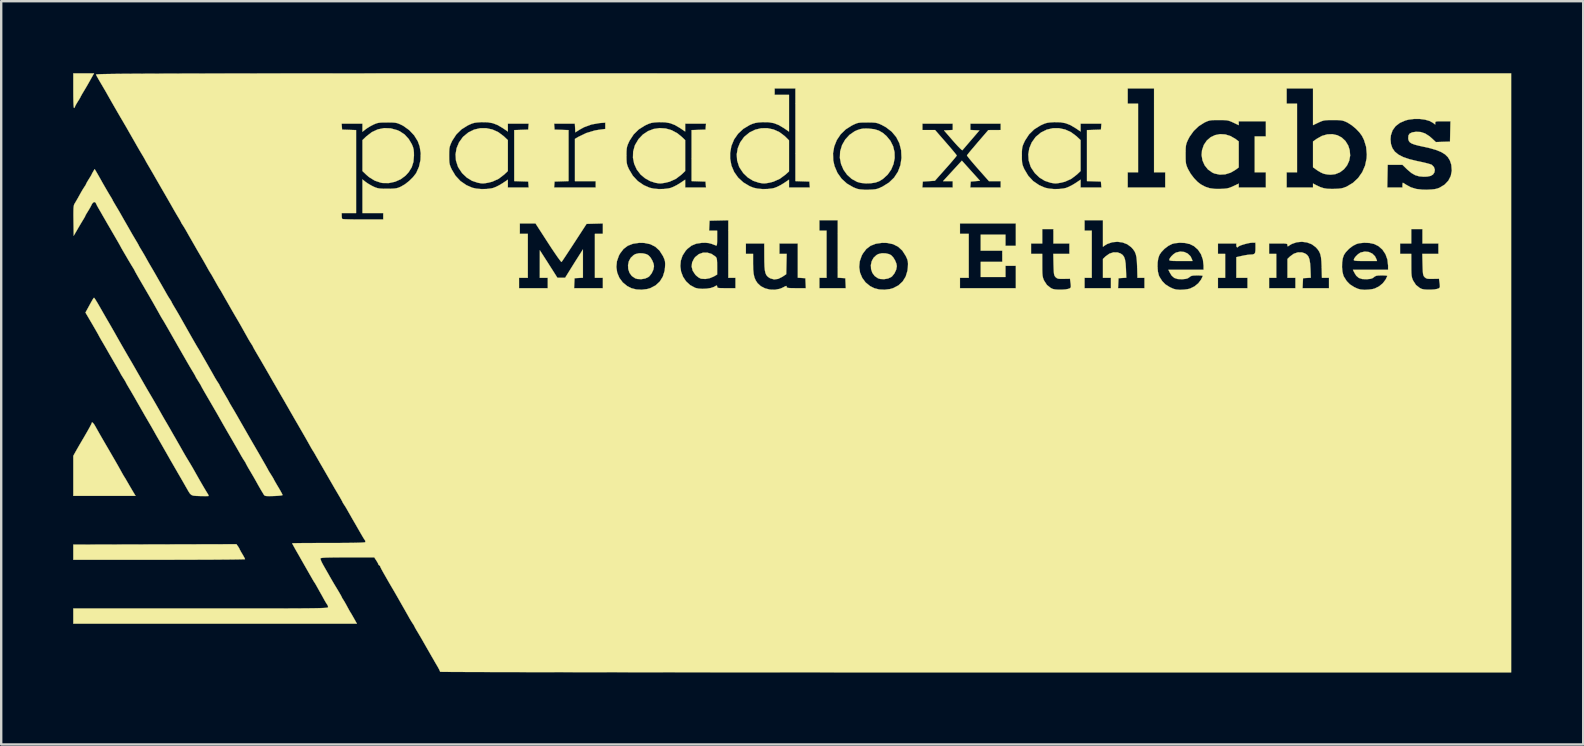
<source format=kicad_pcb>
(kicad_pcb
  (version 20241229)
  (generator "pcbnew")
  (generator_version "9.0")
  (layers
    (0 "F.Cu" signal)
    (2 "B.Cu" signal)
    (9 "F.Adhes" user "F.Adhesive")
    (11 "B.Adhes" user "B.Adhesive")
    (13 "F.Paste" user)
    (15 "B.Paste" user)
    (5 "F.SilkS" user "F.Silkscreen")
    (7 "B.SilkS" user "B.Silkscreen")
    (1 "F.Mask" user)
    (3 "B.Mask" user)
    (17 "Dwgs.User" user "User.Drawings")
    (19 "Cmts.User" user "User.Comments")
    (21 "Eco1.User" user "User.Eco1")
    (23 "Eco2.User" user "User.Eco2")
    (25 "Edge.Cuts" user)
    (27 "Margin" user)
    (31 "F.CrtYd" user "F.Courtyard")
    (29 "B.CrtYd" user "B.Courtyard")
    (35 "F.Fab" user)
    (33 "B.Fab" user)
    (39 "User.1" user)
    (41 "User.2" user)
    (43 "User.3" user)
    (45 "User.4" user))
  (footprint "logo modulo ethernet"
    (layer "F.Cu")
    (at 29.966 12.489)
    (property "Reference" "logo modulo ethernet" (at 0 0 0) (layer "F.SilkS") (effects (font (size 1.524 1.524) (thickness 0.3))))
    (attr through_hole)
    (fp_poly (pts (xy 16.338 -5.038) (xy 16.484 -4.971) (xy 16.599 -4.858) (xy 16.659 -4.735) (xy 16.683 -4.661) (xy 16.198 -4.661) (xy 16.004 -4.662) (xy 15.868 -4.665) (xy 15.78 -4.673) (xy 15.731 -4.685) (xy 15.714 -4.702) (xy 15.713 -4.708) (xy 15.738 -4.776) (xy 15.803 -4.861) (xy 15.889 -4.943) (xy 15.98 -5.005) (xy 16.001 -5.015) (xy 16.172 -5.055) (xy 16.338 -5.038)) (stroke (width 0.01) (type solid)) (fill yes) (layer "F.SilkS"))
    (fp_poly (pts (xy 24.028 -5.038) (xy 24.174 -4.971) (xy 24.289 -4.858) (xy 24.349 -4.735) (xy 24.373 -4.661) (xy 23.888 -4.661) (xy 23.694 -4.662) (xy 23.557 -4.665) (xy 23.47 -4.673) (xy 23.421 -4.685) (xy 23.403 -4.702) (xy 23.403 -4.708) (xy 23.428 -4.776) (xy 23.493 -4.861) (xy 23.579 -4.943) (xy 23.67 -5.005) (xy 23.691 -5.015) (xy 23.862 -5.055) (xy 24.028 -5.038)) (stroke (width 0.01) (type solid)) (fill yes) (layer "F.SilkS"))
    (fp_poly (pts (xy 18.047 -9.937) (xy 18.267 -9.869) (xy 18.481 -9.744) (xy 18.488 -9.738) (xy 18.609 -9.646) (xy 18.609 -8.563) (xy 18.488 -8.471) (xy 18.274 -8.344) (xy 18.047 -8.273) (xy 17.818 -8.261) (xy 17.597 -8.308) (xy 17.506 -8.349) (xy 17.325 -8.478) (xy 17.188 -8.651) (xy 17.098 -8.854) (xy 17.062 -9.076) (xy 17.079 -9.277) (xy 17.155 -9.5) (xy 17.277 -9.681) (xy 17.435 -9.818) (xy 17.622 -9.908) (xy 17.829 -9.949) (xy 18.047 -9.937)) (stroke (width 0.01) (type solid)) (fill yes) (layer "F.SilkS"))
    (fp_poly (pts (xy -6.23 -4.982) (xy -6.083 -4.948) (xy -5.998 -4.905) (xy -5.911 -4.815) (xy -5.833 -4.688) (xy -5.778 -4.553) (xy -5.76 -4.445) (xy -5.787 -4.299) (xy -5.857 -4.149) (xy -5.954 -4.026) (xy -5.994 -3.994) (xy -6.126 -3.932) (xy -6.288 -3.904) (xy -6.448 -3.912) (xy -6.544 -3.94) (xy -6.685 -4.037) (xy -6.781 -4.169) (xy -6.833 -4.325) (xy -6.842 -4.49) (xy -6.808 -4.651) (xy -6.73 -4.795) (xy -6.609 -4.908) (xy -6.53 -4.951) (xy -6.389 -4.984) (xy -6.23 -4.982)) (stroke (width 0.01) (type solid)) (fill yes) (layer "F.SilkS"))
    (fp_poly (pts (xy -3.363 -4.958) (xy -3.204 -4.85) (xy -3.17 -4.814) (xy -3.148 -4.769) (xy -3.136 -4.701) (xy -3.13 -4.596) (xy -3.129 -4.44) (xy -3.129 -4.097) (xy -3.271 -4.015) (xy -3.438 -3.945) (xy -3.618 -3.912) (xy -3.784 -3.922) (xy -3.816 -3.93) (xy -3.9 -3.973) (xy -3.995 -4.048) (xy -4.039 -4.093) (xy -4.147 -4.255) (xy -4.191 -4.428) (xy -4.171 -4.602) (xy -4.087 -4.769) (xy -4.039 -4.829) (xy -3.892 -4.947) (xy -3.721 -5.008) (xy -3.541 -5.011) (xy -3.363 -4.958)) (stroke (width 0.01) (type solid)) (fill yes) (layer "F.SilkS"))
    (fp_poly (pts (xy 3.89 -4.982) (xy 4.037 -4.948) (xy 4.122 -4.905) (xy 4.209 -4.815) (xy 4.287 -4.688) (xy 4.342 -4.553) (xy 4.36 -4.445) (xy 4.333 -4.299) (xy 4.263 -4.149) (xy 4.166 -4.026) (xy 4.127 -3.994) (xy 3.994 -3.932) (xy 3.832 -3.904) (xy 3.672 -3.912) (xy 3.576 -3.94) (xy 3.436 -4.037) (xy 3.339 -4.169) (xy 3.287 -4.325) (xy 3.278 -4.49) (xy 3.312 -4.651) (xy 3.39 -4.795) (xy 3.511 -4.908) (xy 3.59 -4.951) (xy 3.731 -4.984) (xy 3.89 -4.982)) (stroke (width 0.01) (type solid)) (fill yes) (layer "F.SilkS"))
    (fp_poly (pts (xy 22.72 -9.903) (xy 22.903 -9.807) (xy 23.057 -9.662) (xy 23.173 -9.473) (xy 23.234 -9.282) (xy 23.253 -9.056) (xy 23.214 -8.842) (xy 23.125 -8.648) (xy 22.994 -8.484) (xy 22.827 -8.358) (xy 22.632 -8.28) (xy 22.44 -8.258) (xy 22.307 -8.268) (xy 22.18 -8.291) (xy 22.128 -8.307) (xy 22.026 -8.354) (xy 21.908 -8.423) (xy 21.854 -8.46) (xy 21.705 -8.567) (xy 21.705 -9.643) (xy 21.853 -9.749) (xy 22.073 -9.874) (xy 22.297 -9.939) (xy 22.515 -9.948) (xy 22.72 -9.903)) (stroke (width 0.01) (type solid)) (fill yes) (layer "F.SilkS"))
    (fp_poly (pts (xy -29.167 -12.359) (xy -29.228 -12.25) (xy -29.298 -12.126) (xy -29.321 -12.084) (xy -29.383 -11.976) (xy -29.462 -11.842) (xy -29.533 -11.723) (xy -29.595 -11.619) (xy -29.64 -11.539) (xy -29.661 -11.498) (xy -29.661 -11.497) (xy -29.678 -11.463) (xy -29.721 -11.39) (xy -29.778 -11.3) (xy -29.838 -11.201) (xy -29.88 -11.124) (xy -29.894 -11.087) (xy -29.918 -11.042) (xy -29.927 -11.036) (xy -29.94 -11.06) (xy -29.949 -11.15) (xy -29.956 -11.304) (xy -29.96 -11.52) (xy -29.961 -11.749) (xy -29.961 -12.484) (xy -29.096 -12.484) (xy -29.167 -12.359)) (stroke (width 0.01) (type solid)) (fill yes) (layer "F.SilkS"))
    (fp_poly (pts (xy -23.099 7.229) (xy -23.056 7.295) (xy -23.037 7.334) (xy -23.036 7.336) (xy -23.02 7.371) (xy -22.979 7.447) (xy -22.92 7.547) (xy -22.92 7.547) (xy -22.861 7.648) (xy -22.819 7.726) (xy -22.803 7.765) (xy -22.836 7.768) (xy -22.931 7.771) (xy -23.084 7.774) (xy -23.29 7.777) (xy -23.546 7.78) (xy -23.847 7.782) (xy -24.189 7.785) (xy -24.567 7.786) (xy -24.978 7.788) (xy -25.416 7.789) (xy -25.878 7.79) (xy -26.359 7.79) (xy -26.382 7.79) (xy -29.961 7.79) (xy -29.961 7.158) (xy -23.162 7.141) (xy -23.099 7.229)) (stroke (width 0.01) (type solid)) (fill yes) (layer "F.SilkS"))
    (fp_poly (pts (xy -16.735 -10.19) (xy -16.46 -10.115) (xy -16.357 -10.069) (xy -16.153 -9.934) (xy -15.98 -9.744) (xy -15.851 -9.525) (xy -15.805 -9.412) (xy -15.778 -9.306) (xy -15.766 -9.18) (xy -15.764 -9.055) (xy -15.786 -8.793) (xy -15.857 -8.568) (xy -15.982 -8.366) (xy -16.11 -8.224) (xy -16.313 -8.071) (xy -16.551 -7.965) (xy -16.806 -7.91) (xy -17.063 -7.911) (xy -17.14 -7.924) (xy -17.397 -8.01) (xy -17.636 -8.158) (xy -17.75 -8.256) (xy -17.91 -8.41) (xy -17.91 -9.7) (xy -17.75 -9.854) (xy -17.521 -10.031) (xy -17.272 -10.147) (xy -17.008 -10.2) (xy -16.735 -10.19)) (stroke (width 0.01) (type solid)) (fill yes) (layer "F.SilkS"))
    (fp_poly (pts (xy -5.275 -10.185) (xy -5.024 -10.113) (xy -4.785 -9.984) (xy -4.611 -9.842) (xy -4.461 -9.699) (xy -4.461 -8.411) (xy -4.611 -8.267) (xy -4.844 -8.088) (xy -5.108 -7.968) (xy -5.276 -7.926) (xy -5.403 -7.904) (xy -5.494 -7.895) (xy -5.577 -7.9) (xy -5.683 -7.918) (xy -5.714 -7.924) (xy -5.927 -7.994) (xy -6.136 -8.112) (xy -6.315 -8.261) (xy -6.478 -8.474) (xy -6.586 -8.712) (xy -6.637 -8.965) (xy -6.629 -9.221) (xy -6.561 -9.47) (xy -6.546 -9.504) (xy -6.404 -9.743) (xy -6.223 -9.933) (xy -6.011 -10.074) (xy -5.777 -10.164) (xy -5.529 -10.201) (xy -5.275 -10.185)) (stroke (width 0.01) (type solid)) (fill yes) (layer "F.SilkS"))
    (fp_poly (pts (xy -12.491 -10.141) (xy -12.244 -10.028) (xy -12.018 -9.858) (xy -12.001 -9.842) (xy -11.851 -9.699) (xy -11.851 -8.411) (xy -12.001 -8.267) (xy -12.234 -8.088) (xy -12.498 -7.968) (xy -12.666 -7.926) (xy -12.793 -7.904) (xy -12.884 -7.895) (xy -12.968 -7.9) (xy -13.073 -7.918) (xy -13.104 -7.924) (xy -13.345 -8.004) (xy -13.566 -8.141) (xy -13.758 -8.325) (xy -13.907 -8.547) (xy -13.936 -8.605) (xy -14.014 -8.852) (xy -14.03 -9.108) (xy -13.987 -9.362) (xy -13.887 -9.603) (xy -13.732 -9.82) (xy -13.705 -9.848) (xy -13.495 -10.021) (xy -13.259 -10.137) (xy -13.007 -10.195) (xy -12.748 -10.196) (xy -12.491 -10.141)) (stroke (width 0.01) (type solid)) (fill yes) (layer "F.SilkS"))
    (fp_poly (pts (xy -0.776 -10.143) (xy -0.533 -10.033) (xy -0.311 -9.866) (xy -0.28 -9.836) (xy -0.133 -9.689) (xy -0.133 -8.397) (xy -0.28 -8.262) (xy -0.519 -8.086) (xy -0.788 -7.966) (xy -0.948 -7.926) (xy -1.075 -7.904) (xy -1.166 -7.895) (xy -1.25 -7.9) (xy -1.355 -7.918) (xy -1.386 -7.924) (xy -1.627 -8.004) (xy -1.849 -8.141) (xy -2.04 -8.325) (xy -2.189 -8.547) (xy -2.218 -8.605) (xy -2.296 -8.852) (xy -2.312 -9.108) (xy -2.269 -9.362) (xy -2.169 -9.603) (xy -2.014 -9.82) (xy -1.987 -9.848) (xy -1.777 -10.02) (xy -1.542 -10.135) (xy -1.29 -10.194) (xy -1.032 -10.197) (xy -0.776 -10.143)) (stroke (width 0.01) (type solid)) (fill yes) (layer "F.SilkS"))
    (fp_poly (pts (xy 11.378 -10.141) (xy 11.624 -10.028) (xy 11.851 -9.858) (xy 11.868 -9.842) (xy 12.018 -9.699) (xy 12.018 -8.411) (xy 11.868 -8.267) (xy 11.634 -8.088) (xy 11.371 -7.968) (xy 11.203 -7.926) (xy 11.076 -7.904) (xy 10.985 -7.895) (xy 10.901 -7.9) (xy 10.795 -7.918) (xy 10.764 -7.924) (xy 10.524 -8.004) (xy 10.302 -8.141) (xy 10.111 -8.325) (xy 9.961 -8.547) (xy 9.933 -8.605) (xy 9.855 -8.852) (xy 9.839 -9.108) (xy 9.882 -9.362) (xy 9.982 -9.603) (xy 10.137 -9.82) (xy 10.163 -9.848) (xy 10.374 -10.021) (xy 10.61 -10.137) (xy 10.862 -10.195) (xy 11.121 -10.196) (xy 11.378 -10.141)) (stroke (width 0.01) (type solid)) (fill yes) (layer "F.SilkS"))
    (fp_poly (pts (xy 3.196 -10.179) (xy 3.423 -10.154) (xy 3.609 -10.097) (xy 3.776 -10) (xy 3.923 -9.875) (xy 4.093 -9.67) (xy 4.206 -9.441) (xy 4.265 -9.198) (xy 4.27 -8.95) (xy 4.223 -8.705) (xy 4.126 -8.473) (xy 3.979 -8.263) (xy 3.784 -8.085) (xy 3.624 -7.986) (xy 3.469 -7.931) (xy 3.275 -7.901) (xy 3.067 -7.895) (xy 2.867 -7.915) (xy 2.707 -7.958) (xy 2.48 -8.082) (xy 2.288 -8.255) (xy 2.138 -8.465) (xy 2.036 -8.703) (xy 1.986 -8.958) (xy 1.997 -9.218) (xy 2 -9.236) (xy 2.078 -9.494) (xy 2.21 -9.725) (xy 2.389 -9.92) (xy 2.605 -10.069) (xy 2.723 -10.121) (xy 2.84 -10.159) (xy 2.951 -10.179) (xy 3.085 -10.183) (xy 3.196 -10.179)) (stroke (width 0.01) (type solid)) (fill yes) (layer "F.SilkS"))
    (fp_poly (pts (xy -29.144 2.082) (xy -29.089 2.152) (xy -29.037 2.239) (xy -28.982 2.338) (xy -28.926 2.437) (xy -28.865 2.545) (xy -28.792 2.672) (xy -28.701 2.829) (xy -28.587 3.026) (xy -28.478 3.212) (xy -28.358 3.419) (xy -28.265 3.579) (xy -28.193 3.704) (xy -28.135 3.805) (xy -28.085 3.893) (xy -28.037 3.979) (xy -27.984 4.075) (xy -27.964 4.111) (xy -27.905 4.217) (xy -27.856 4.301) (xy -27.829 4.344) (xy -27.797 4.393) (xy -27.751 4.473) (xy -27.739 4.494) (xy -27.691 4.577) (xy -27.622 4.696) (xy -27.544 4.828) (xy -27.52 4.869) (xy -27.367 5.127) (xy -29.961 5.127) (xy -29.961 3.459) (xy -29.858 3.273) (xy -29.781 3.137) (xy -29.697 2.992) (xy -29.653 2.917) (xy -29.504 2.663) (xy -29.382 2.452) (xy -29.289 2.286) (xy -29.227 2.169) (xy -29.197 2.104) (xy -29.195 2.094) (xy -29.181 2.061) (xy -29.144 2.082)) (stroke (width 0.01) (type solid)) (fill yes) (layer "F.SilkS"))
    (fp_poly (pts (xy -29.071 -3.102) (xy -29.023 -3.028) (xy -28.957 -2.92) (xy -28.89 -2.805) (xy -28.79 -2.63) (xy -28.678 -2.435) (xy -28.573 -2.253) (xy -28.531 -2.18) (xy -28.448 -2.038) (xy -28.369 -1.901) (xy -28.306 -1.791) (xy -28.281 -1.748) (xy -28.18 -1.569) (xy -28.064 -1.364) (xy -27.94 -1.147) (xy -27.818 -0.935) (xy -27.706 -0.741) (xy -27.613 -0.582) (xy -27.573 -0.514) (xy -27.499 -0.388) (xy -27.423 -0.256) (xy -27.39 -0.198) (xy -27.329 -0.091) (xy -27.252 0.043) (xy -27.181 0.166) (xy -27.105 0.299) (xy -27.029 0.432) (xy -26.972 0.531) (xy -26.905 0.649) (xy -26.826 0.783) (xy -26.788 0.847) (xy -26.677 1.035) (xy -26.55 1.253) (xy -26.424 1.474) (xy -26.372 1.565) (xy -26.31 1.675) (xy -26.251 1.78) (xy -26.231 1.814) (xy -26.182 1.9) (xy -26.116 2.013) (xy -26.075 2.082) (xy -26.001 2.209) (xy -25.925 2.34) (xy -25.892 2.399) (xy -25.831 2.506) (xy -25.754 2.64) (xy -25.683 2.763) (xy -25.607 2.896) (xy -25.53 3.03) (xy -25.474 3.129) (xy -25.387 3.283) (xy -25.321 3.398) (xy -25.264 3.495) (xy -25.204 3.595) (xy -25.143 3.695) (xy -25.062 3.83) (xy -24.979 3.971) (xy -24.919 4.078) (xy -24.823 4.248) (xy -24.721 4.428) (xy -24.62 4.604) (xy -24.525 4.766) (xy -24.445 4.901) (xy -24.386 4.997) (xy -24.363 5.033) (xy -24.327 5.096) (xy -24.324 5.131) (xy -24.326 5.133) (xy -24.368 5.136) (xy -24.461 5.137) (xy -24.59 5.136) (xy -24.691 5.134) (xy -24.851 5.128) (xy -24.961 5.117) (xy -25.037 5.089) (xy -25.097 5.036) (xy -25.156 4.948) (xy -25.225 4.827) (xy -25.263 4.761) (xy -25.327 4.649) (xy -25.411 4.502) (xy -25.508 4.334) (xy -25.599 4.178) (xy -25.704 3.996) (xy -25.803 3.824) (xy -25.89 3.674) (xy -25.957 3.557) (xy -25.992 3.495) (xy -26.075 3.349) (xy -26.15 3.218) (xy -26.231 3.076) (xy -26.315 2.929) (xy -26.413 2.76) (xy -26.488 2.63) (xy -26.55 2.52) (xy -26.61 2.413) (xy -26.638 2.364) (xy -26.706 2.244) (xy -26.785 2.109) (xy -26.822 2.046) (xy -26.896 1.919) (xy -26.973 1.787) (xy -27.006 1.729) (xy -27.067 1.622) (xy -27.144 1.488) (xy -27.214 1.365) (xy -27.291 1.232) (xy -27.367 1.098) (xy -27.423 0.999) (xy -27.486 0.891) (xy -27.564 0.756) (xy -27.636 0.637) (xy -27.697 0.533) (xy -27.743 0.454) (xy -27.763 0.413) (xy -27.764 0.411) (xy -27.78 0.378) (xy -27.823 0.305) (xy -27.88 0.214) (xy -27.94 0.119) (xy -27.982 0.049) (xy -27.997 0.02) (xy -28.012 -0.011) (xy -28.056 -0.089) (xy -28.12 -0.202) (xy -28.2 -0.34) (xy -28.218 -0.37) (xy -28.309 -0.528) (xy -28.397 -0.68) (xy -28.471 -0.808) (xy -28.522 -0.897) (xy -28.523 -0.899) (xy -28.582 -1.003) (xy -28.66 -1.137) (xy -28.739 -1.273) (xy -28.745 -1.282) (xy -28.812 -1.397) (xy -28.867 -1.495) (xy -28.901 -1.557) (xy -28.904 -1.565) (xy -28.928 -1.61) (xy -28.98 -1.701) (xy -29.052 -1.827) (xy -29.139 -1.977) (xy -29.19 -2.064) (xy -29.454 -2.513) (xy -29.354 -2.696) (xy -29.262 -2.865) (xy -29.196 -2.984) (xy -29.151 -3.061) (xy -29.123 -3.105) (xy -29.106 -3.125) (xy -29.095 -3.129) (xy -29.071 -3.102)) (stroke (width 0.01) (type solid)) (fill yes) (layer "F.SilkS"))
    (fp_poly (pts (xy -28.995 -8.366) (xy -28.931 -8.255) (xy -28.86 -8.13) (xy -28.837 -8.089) (xy -28.754 -7.94) (xy -28.657 -7.771) (xy -28.559 -7.602) (xy -28.471 -7.452) (xy -28.408 -7.349) (xy -28.36 -7.271) (xy -28.332 -7.22) (xy -28.329 -7.211) (xy -28.314 -7.178) (xy -28.271 -7.103) (xy -28.211 -7.002) (xy -28.202 -6.986) (xy -28.123 -6.855) (xy -28.045 -6.722) (xy -27.989 -6.625) (xy -27.928 -6.517) (xy -27.851 -6.381) (xy -27.78 -6.258) (xy -27.704 -6.126) (xy -27.627 -5.991) (xy -27.571 -5.892) (xy -27.509 -5.784) (xy -27.43 -5.65) (xy -27.359 -5.531) (xy -27.297 -5.427) (xy -27.252 -5.348) (xy -27.231 -5.307) (xy -27.231 -5.306) (xy -27.215 -5.272) (xy -27.173 -5.202) (xy -27.145 -5.156) (xy -27.075 -5.04) (xy -26.999 -4.911) (xy -26.973 -4.865) (xy -26.883 -4.704) (xy -26.813 -4.579) (xy -26.749 -4.47) (xy -26.68 -4.353) (xy -26.674 -4.343) (xy -26.6 -4.216) (xy -26.524 -4.084) (xy -26.491 -4.026) (xy -26.43 -3.919) (xy -26.353 -3.785) (xy -26.282 -3.662) (xy -26.206 -3.529) (xy -26.13 -3.395) (xy -26.074 -3.296) (xy -26.011 -3.188) (xy -25.949 -3.09) (xy -25.928 -3.058) (xy -25.885 -2.992) (xy -25.866 -2.954) (xy -25.866 -2.953) (xy -25.85 -2.918) (xy -25.808 -2.843) (xy -25.748 -2.741) (xy -25.738 -2.725) (xy -25.66 -2.594) (xy -25.582 -2.461) (xy -25.526 -2.364) (xy -25.347 -2.047) (xy -25.188 -1.766) (xy -25.051 -1.525) (xy -24.939 -1.329) (xy -24.854 -1.182) (xy -24.798 -1.087) (xy -24.785 -1.065) (xy -24.722 -0.963) (xy -24.652 -0.842) (xy -24.627 -0.799) (xy -24.566 -0.691) (xy -24.489 -0.556) (xy -24.418 -0.433) (xy -24.15 0.037) (xy -24.059 0.2) (xy -23.998 0.302) (xy -23.937 0.397) (xy -23.931 0.405) (xy -23.888 0.47) (xy -23.869 0.509) (xy -23.869 0.51) (xy -23.853 0.544) (xy -23.809 0.623) (xy -23.745 0.735) (xy -23.669 0.866) (xy -23.591 0.998) (xy -23.527 1.108) (xy -23.485 1.184) (xy -23.469 1.214) (xy -23.453 1.246) (xy -23.411 1.319) (xy -23.351 1.42) (xy -23.341 1.436) (xy -23.263 1.567) (xy -23.185 1.701) (xy -23.129 1.798) (xy -23.068 1.906) (xy -22.991 2.041) (xy -22.92 2.164) (xy -22.846 2.293) (xy -22.773 2.42) (xy -22.72 2.513) (xy -22.67 2.6) (xy -22.598 2.725) (xy -22.516 2.867) (xy -22.47 2.946) (xy -22.331 3.185) (xy -22.202 3.408) (xy -22.087 3.608) (xy -21.989 3.779) (xy -21.912 3.914) (xy -21.861 4.006) (xy -21.839 4.048) (xy -21.838 4.05) (xy -21.822 4.081) (xy -21.778 4.152) (xy -21.721 4.242) (xy -21.662 4.337) (xy -21.62 4.408) (xy -21.605 4.438) (xy -21.589 4.471) (xy -21.545 4.548) (xy -21.482 4.657) (xy -21.422 4.757) (xy -21.347 4.885) (xy -21.287 4.993) (xy -21.249 5.067) (xy -21.239 5.093) (xy -21.27 5.105) (xy -21.354 5.117) (xy -21.478 5.127) (xy -21.61 5.133) (xy -21.772 5.137) (xy -21.88 5.136) (xy -21.948 5.129) (xy -21.989 5.113) (xy -22.014 5.086) (xy -22.026 5.068) (xy -22.079 4.98) (xy -22.121 4.911) (xy -22.166 4.834) (xy -22.226 4.729) (xy -22.26 4.67) (xy -22.347 4.513) (xy -22.416 4.391) (xy -22.48 4.28) (xy -22.553 4.155) (xy -22.616 4.05) (xy -22.684 3.934) (xy -22.736 3.84) (xy -22.766 3.783) (xy -22.77 3.772) (xy -22.787 3.736) (xy -22.829 3.671) (xy -22.832 3.667) (xy -22.886 3.584) (xy -22.951 3.476) (xy -22.978 3.429) (xy -23.048 3.304) (xy -23.139 3.145) (xy -23.237 2.975) (xy -23.329 2.815) (xy -23.369 2.746) (xy -23.446 2.614) (xy -23.541 2.451) (xy -23.638 2.281) (xy -23.725 2.13) (xy -23.762 2.064) (xy -23.865 1.883) (xy -23.969 1.699) (xy -24.084 1.501) (xy -24.215 1.275) (xy -24.371 1.008) (xy -24.413 0.936) (xy -24.495 0.795) (xy -24.563 0.675) (xy -24.612 0.588) (xy -24.634 0.546) (xy -24.634 0.543) (xy -24.651 0.51) (xy -24.694 0.438) (xy -24.751 0.347) (xy -24.811 0.252) (xy -24.853 0.18) (xy -24.867 0.15) (xy -24.883 0.116) (xy -24.926 0.041) (xy -24.986 -0.06) (xy -24.995 -0.074) (xy -25.074 -0.205) (xy -25.152 -0.338) (xy -25.207 -0.433) (xy -25.269 -0.541) (xy -25.346 -0.676) (xy -25.417 -0.799) (xy -25.487 -0.921) (xy -25.552 -1.034) (xy -25.598 -1.114) (xy -25.599 -1.115) (xy -25.635 -1.178) (xy -25.696 -1.286) (xy -25.777 -1.427) (xy -25.869 -1.589) (xy -25.931 -1.698) (xy -26.024 -1.861) (xy -26.107 -2.004) (xy -26.173 -2.118) (xy -26.217 -2.192) (xy -26.231 -2.214) (xy -26.261 -2.261) (xy -26.309 -2.343) (xy -26.34 -2.397) (xy -26.404 -2.513) (xy -26.468 -2.627) (xy -26.488 -2.663) (xy -26.546 -2.766) (xy -26.614 -2.886) (xy -26.638 -2.929) (xy -26.682 -3.005) (xy -26.752 -3.126) (xy -26.842 -3.281) (xy -26.945 -3.458) (xy -27.054 -3.646) (xy -27.06 -3.656) (xy -27.163 -3.832) (xy -27.253 -3.987) (xy -27.325 -4.114) (xy -27.375 -4.203) (xy -27.397 -4.245) (xy -27.397 -4.247) (xy -27.414 -4.282) (xy -27.455 -4.353) (xy -27.486 -4.403) (xy -27.533 -4.479) (xy -27.598 -4.588) (xy -27.676 -4.718) (xy -27.757 -4.858) (xy -27.837 -4.994) (xy -27.908 -5.116) (xy -27.962 -5.211) (xy -27.992 -5.267) (xy -27.997 -5.276) (xy -28.013 -5.306) (xy -28.057 -5.385) (xy -28.125 -5.504) (xy -28.212 -5.653) (xy -28.312 -5.826) (xy -28.334 -5.863) (xy -28.443 -6.051) (xy -28.547 -6.229) (xy -28.637 -6.386) (xy -28.709 -6.51) (xy -28.754 -6.588) (xy -28.755 -6.591) (xy -28.825 -6.713) (xy -28.897 -6.837) (xy -28.919 -6.874) (xy -28.971 -6.968) (xy -29.009 -7.046) (xy -29.017 -7.066) (xy -29.057 -7.117) (xy -29.112 -7.114) (xy -29.169 -7.06) (xy -29.193 -7.016) (xy -29.238 -6.927) (xy -29.303 -6.813) (xy -29.351 -6.734) (xy -29.409 -6.641) (xy -29.449 -6.571) (xy -29.461 -6.542) (xy -29.478 -6.505) (xy -29.519 -6.434) (xy -29.54 -6.399) (xy -29.592 -6.314) (xy -29.665 -6.192) (xy -29.746 -6.055) (xy -29.781 -5.994) (xy -29.944 -5.714) (xy -29.953 -6.34) (xy -29.956 -6.569) (xy -29.955 -6.741) (xy -29.951 -6.865) (xy -29.942 -6.951) (xy -29.929 -7.008) (xy -29.911 -7.044) (xy -29.866 -7.119) (xy -29.806 -7.222) (xy -29.772 -7.281) (xy -29.707 -7.398) (xy -29.643 -7.513) (xy -29.618 -7.557) (xy -29.558 -7.659) (xy -29.496 -7.754) (xy -29.491 -7.762) (xy -29.447 -7.829) (xy -29.428 -7.87) (xy -29.428 -7.871) (xy -29.411 -7.908) (xy -29.368 -7.984) (xy -29.312 -8.075) (xy -29.252 -8.17) (xy -29.21 -8.242) (xy -29.195 -8.272) (xy -29.179 -8.308) (xy -29.141 -8.376) (xy -29.133 -8.39) (xy -29.07 -8.492) (xy -28.995 -8.366)) (stroke (width 0.01) (type solid)) (fill yes) (layer "F.SilkS"))
    (fp_poly (pts (xy 29.961 12.484) (xy 7.64 12.484) (xy 6.424 12.484) (xy 5.224 12.483) (xy 4.042 12.483) (xy 2.881 12.483) (xy 1.741 12.483) (xy 0.624 12.482) (xy -0.467 12.482) (xy -1.532 12.481) (xy -2.568 12.481) (xy -3.573 12.48) (xy -4.547 12.48) (xy -5.487 12.479) (xy -6.391 12.478) (xy -7.258 12.477) (xy -8.087 12.476) (xy -8.874 12.475) (xy -9.62 12.474) (xy -10.321 12.473) (xy -10.976 12.472) (xy -11.584 12.471) (xy -12.143 12.47) (xy -12.651 12.469) (xy -13.106 12.468) (xy -13.507 12.467) (xy -13.852 12.465) (xy -14.138 12.464) (xy -14.366 12.463) (xy -14.532 12.461) (xy -14.635 12.46) (xy -14.673 12.459) (xy -14.673 12.459) (xy -14.686 12.42) (xy -14.725 12.34) (xy -14.783 12.234) (xy -14.803 12.201) (xy -14.878 12.073) (xy -14.948 11.951) (xy -15.001 11.859) (xy -15.006 11.851) (xy -15.057 11.762) (xy -15.126 11.642) (xy -15.197 11.518) (xy -15.273 11.385) (xy -15.35 11.251) (xy -15.406 11.152) (xy -15.468 11.044) (xy -15.547 10.91) (xy -15.618 10.791) (xy -15.68 10.687) (xy -15.725 10.606) (xy -15.746 10.565) (xy -15.746 10.563) (xy -15.763 10.527) (xy -15.805 10.462) (xy -15.808 10.458) (xy -15.862 10.375) (xy -15.927 10.267) (xy -15.954 10.22) (xy -16.042 10.063) (xy -16.145 9.881) (xy -16.256 9.687) (xy -16.367 9.492) (xy -16.471 9.309) (xy -16.562 9.151) (xy -16.633 9.029) (xy -16.668 8.97) (xy -16.742 8.844) (xy -16.819 8.712) (xy -16.852 8.654) (xy -16.914 8.545) (xy -16.991 8.411) (xy -17.057 8.294) (xy -17.116 8.187) (xy -17.159 8.102) (xy -17.177 8.055) (xy -17.177 8.053) (xy -17.203 8.024) (xy -17.211 8.023) (xy -17.243 7.997) (xy -17.244 7.989) (xy -17.261 7.943) (xy -17.305 7.865) (xy -17.332 7.822) (xy -17.419 7.69) (xy -18.531 7.69) (xy -18.843 7.69) (xy -19.095 7.692) (xy -19.291 7.695) (xy -19.439 7.699) (xy -19.544 7.705) (xy -19.612 7.714) (xy -19.649 7.724) (xy -19.66 7.734) (xy -19.653 7.783) (xy -19.618 7.871) (xy -19.562 7.979) (xy -19.555 7.992) (xy -19.486 8.114) (xy -19.421 8.227) (xy -19.376 8.306) (xy -19.324 8.396) (xy -19.261 8.509) (xy -19.234 8.555) (xy -19.18 8.649) (xy -19.104 8.779) (xy -19.016 8.925) (xy -18.962 9.014) (xy -18.886 9.142) (xy -18.825 9.247) (xy -18.786 9.318) (xy -18.775 9.342) (xy -18.758 9.38) (xy -18.717 9.445) (xy -18.714 9.449) (xy -18.665 9.528) (xy -18.602 9.638) (xy -18.557 9.721) (xy -18.496 9.834) (xy -18.439 9.936) (xy -18.408 9.987) (xy -18.363 10.06) (xy -18.302 10.167) (xy -18.248 10.262) (xy -18.142 10.453) (xy -29.961 10.453) (xy -29.961 9.82) (xy -24.651 9.82) (xy -23.955 9.82) (xy -23.322 9.82) (xy -22.75 9.82) (xy -22.236 9.82) (xy -21.776 9.819) (xy -21.367 9.819) (xy -21.007 9.818) (xy -20.692 9.816) (xy -20.419 9.815) (xy -20.185 9.813) (xy -19.988 9.811) (xy -19.824 9.808) (xy -19.69 9.805) (xy -19.584 9.801) (xy -19.501 9.797) (xy -19.439 9.793) (xy -19.396 9.788) (xy -19.367 9.782) (xy -19.351 9.775) (xy -19.343 9.768) (xy -19.341 9.761) (xy -19.357 9.692) (xy -19.372 9.669) (xy -19.403 9.624) (xy -19.454 9.541) (xy -19.494 9.471) (xy -19.559 9.353) (xy -19.623 9.237) (xy -19.651 9.188) (xy -19.709 9.085) (xy -19.776 8.965) (xy -19.8 8.922) (xy -19.852 8.829) (xy -19.894 8.759) (xy -19.908 8.739) (xy -19.94 8.69) (xy -19.987 8.61) (xy -19.999 8.589) (xy -20.05 8.5) (xy -20.119 8.38) (xy -20.19 8.256) (xy -20.266 8.123) (xy -20.343 7.989) (xy -20.399 7.89) (xy -20.462 7.779) (xy -20.521 7.675) (xy -20.541 7.64) (xy -20.587 7.56) (xy -20.652 7.447) (xy -20.719 7.329) (xy -20.777 7.224) (xy -20.82 7.145) (xy -20.839 7.105) (xy -20.839 7.104) (xy -20.807 7.101) (xy -20.715 7.099) (xy -20.569 7.096) (xy -20.377 7.094) (xy -20.145 7.093) (xy -19.879 7.092) (xy -19.586 7.091) (xy -19.327 7.091) (xy -18.911 7.09) (xy -18.561 7.088) (xy -18.277 7.084) (xy -18.059 7.079) (xy -17.906 7.072) (xy -17.817 7.064) (xy -17.792 7.056) (xy -17.791 7.003) (xy -17.804 6.981) (xy -17.837 6.933) (xy -17.891 6.846) (xy -17.952 6.741) (xy -18.019 6.626) (xy -18.105 6.476) (xy -18.198 6.314) (xy -18.259 6.209) (xy -18.346 6.058) (xy -18.429 5.912) (xy -18.499 5.79) (xy -18.535 5.726) (xy -18.597 5.618) (xy -18.659 5.52) (xy -18.68 5.488) (xy -18.723 5.422) (xy -18.742 5.383) (xy -18.742 5.382) (xy -18.758 5.348) (xy -18.801 5.27) (xy -18.862 5.163) (xy -18.897 5.104) (xy -18.973 4.974) (xy -19.044 4.855) (xy -19.096 4.765) (xy -19.108 4.744) (xy -19.143 4.683) (xy -19.205 4.576) (xy -19.287 4.435) (xy -19.382 4.269) (xy -19.473 4.111) (xy -19.578 3.93) (xy -19.678 3.758) (xy -19.764 3.607) (xy -19.831 3.491) (xy -19.866 3.429) (xy -19.919 3.336) (xy -19.961 3.267) (xy -19.975 3.246) (xy -20.004 3.2) (xy -20.053 3.116) (xy -20.092 3.046) (xy -20.156 2.932) (xy -20.215 2.826) (xy -20.242 2.78) (xy -20.306 2.667) (xy -20.386 2.528) (xy -20.47 2.383) (xy -20.545 2.253) (xy -20.6 2.157) (xy -20.606 2.147) (xy -20.665 2.046) (xy -20.744 1.91) (xy -20.831 1.758) (xy -20.914 1.615) (xy -20.979 1.501) (xy -20.98 1.498) (xy -21.018 1.432) (xy -21.083 1.32) (xy -21.167 1.173) (xy -21.265 1.005) (xy -21.355 0.849) (xy -21.458 0.671) (xy -21.554 0.504) (xy -21.637 0.362) (xy -21.698 0.255) (xy -21.73 0.2) (xy -21.785 0.103) (xy -21.863 -0.032) (xy -21.953 -0.188) (xy -22.044 -0.346) (xy -22.104 -0.449) (xy -22.147 -0.524) (xy -22.213 -0.635) (xy -22.289 -0.764) (xy -22.316 -0.81) (xy -22.384 -0.927) (xy -22.437 -1.02) (xy -22.467 -1.077) (xy -22.471 -1.088) (xy -22.488 -1.124) (xy -22.529 -1.189) (xy -22.532 -1.193) (xy -22.585 -1.275) (xy -22.65 -1.383) (xy -22.682 -1.44) (xy -22.785 -1.624) (xy -22.894 -1.819) (xy -22.991 -1.992) (xy -23.004 -2.014) (xy -23.053 -2.1) (xy -23.119 -2.212) (xy -23.16 -2.282) (xy -23.234 -2.408) (xy -23.311 -2.54) (xy -23.344 -2.598) (xy -23.405 -2.705) (xy -23.482 -2.84) (xy -23.552 -2.963) (xy -23.629 -3.096) (xy -23.705 -3.23) (xy -23.761 -3.329) (xy -23.814 -3.422) (xy -23.856 -3.491) (xy -23.87 -3.512) (xy -23.894 -3.549) (xy -23.935 -3.619) (xy -23.998 -3.73) (xy -24.087 -3.889) (xy -24.128 -3.961) (xy -11.385 -3.961) (xy -11.385 -3.529) (xy -10.187 -3.529) (xy -10.187 -3.961) (xy -10.52 -3.961) (xy -10.519 -4.536) (xy -10.518 -5.11) (xy -10.311 -4.787) (xy -10.206 -4.624) (xy -10.095 -4.449) (xy -9.993 -4.29) (xy -9.944 -4.213) (xy -9.785 -3.961) (xy -9.465 -3.961) (xy -9.253 -4.303) (xy -9.15 -4.468) (xy -9.04 -4.644) (xy -8.938 -4.804) (xy -8.881 -4.894) (xy -8.722 -5.143) (xy -8.722 -4.554) (xy -8.722 -3.965) (xy -9.071 -3.945) (xy -9.081 -3.737) (xy -9.091 -3.529) (xy -7.89 -3.529) (xy -7.89 -3.961) (xy -8.223 -3.961) (xy -8.223 -4.409) (xy -7.329 -4.409) (xy -7.294 -4.176) (xy -7.204 -3.96) (xy -7.063 -3.77) (xy -6.875 -3.616) (xy -6.699 -3.527) (xy -6.498 -3.476) (xy -6.271 -3.465) (xy -6.046 -3.492) (xy -5.913 -3.53) (xy -5.692 -3.646) (xy -5.517 -3.808) (xy -5.391 -4.012) (xy -5.317 -4.255) (xy -5.3 -4.403) (xy -5.298 -4.443) (xy -4.663 -4.443) (xy -4.631 -4.218) (xy -4.55 -4.004) (xy -4.424 -3.814) (xy -4.254 -3.657) (xy -4.044 -3.544) (xy -4.036 -3.541) (xy -3.902 -3.511) (xy -3.733 -3.501) (xy -3.556 -3.51) (xy -3.392 -3.537) (xy -3.265 -3.58) (xy -3.251 -3.588) (xy -3.175 -3.631) (xy -3.14 -3.641) (xy -3.13 -3.617) (xy -3.129 -3.594) (xy -3.125 -3.566) (xy -3.105 -3.547) (xy -3.057 -3.536) (xy -2.97 -3.531) (xy -2.834 -3.529) (xy -2.746 -3.529) (xy -2.364 -3.529) (xy -2.364 -3.961) (xy -2.663 -3.961) (xy -2.663 -5.393) (xy -1.931 -5.393) (xy -1.931 -4.96) (xy -1.631 -4.96) (xy -1.631 -4.548) (xy -1.626 -4.312) (xy -1.608 -4.127) (xy -1.575 -3.98) (xy -1.523 -3.857) (xy -1.449 -3.743) (xy -1.448 -3.742) (xy -1.31 -3.613) (xy -1.131 -3.521) (xy -0.928 -3.47) (xy -0.716 -3.464) (xy -0.511 -3.504) (xy -0.413 -3.545) (xy -0.313 -3.596) (xy -0.259 -3.62) (xy -0.237 -3.62) (xy -0.233 -3.599) (xy -0.233 -3.579) (xy -0.223 -3.557) (xy -0.186 -3.543) (xy -0.113 -3.534) (xy 0.008 -3.53) (xy 0.168 -3.529) (xy 0.569 -3.529) (xy 0.549 -3.945) (xy 0.391 -3.955) (xy 0.233 -3.965) (xy 0.233 -5.393) (xy -0.533 -5.393) (xy -0.533 -4.96) (xy -0.231 -4.96) (xy -0.25 -4.111) (xy -0.412 -4.003) (xy -0.587 -3.916) (xy -0.755 -3.894) (xy -0.914 -3.939) (xy -0.969 -3.971) (xy -1.033 -4.022) (xy -1.082 -4.083) (xy -1.116 -4.165) (xy -1.14 -4.276) (xy -1.154 -4.427) (xy -1.161 -4.627) (xy -1.163 -4.835) (xy -1.165 -5.393) (xy -1.931 -5.393) (xy -2.663 -5.393) (xy -2.663 -6.358) (xy 1.132 -6.358) (xy 1.132 -5.926) (xy 1.431 -5.926) (xy 1.431 -3.961) (xy 1.132 -3.961) (xy 1.132 -3.529) (xy 2.234 -3.529) (xy 2.214 -3.945) (xy 2.056 -3.955) (xy 1.898 -3.965) (xy 1.898 -4.409) (xy 2.791 -4.409) (xy 2.827 -4.176) (xy 2.917 -3.96) (xy 3.057 -3.77) (xy 3.245 -3.616) (xy 3.422 -3.527) (xy 3.622 -3.476) (xy 3.849 -3.465) (xy 4.074 -3.492) (xy 4.207 -3.53) (xy 4.428 -3.646) (xy 4.603 -3.808) (xy 4.729 -4.012) (xy 4.803 -4.255) (xy 4.82 -4.403) (xy 4.826 -4.542) (xy 4.819 -4.642) (xy 4.796 -4.731) (xy 4.749 -4.837) (xy 4.73 -4.876) (xy 4.591 -5.094) (xy 4.416 -5.256) (xy 4.204 -5.363) (xy 3.954 -5.415) (xy 3.745 -5.419) (xy 3.484 -5.381) (xy 3.267 -5.297) (xy 3.089 -5.162) (xy 2.945 -4.973) (xy 2.898 -4.887) (xy 2.814 -4.649) (xy 2.791 -4.409) (xy 1.898 -4.409) (xy 1.898 -6.225) (xy 6.991 -6.225) (xy 6.991 -5.792) (xy 7.357 -5.792) (xy 7.357 -3.961) (xy 6.991 -3.961) (xy 6.991 -3.529) (xy 9.321 -3.529) (xy 9.321 -4.461) (xy 8.888 -4.461) (xy 8.888 -3.995) (xy 7.856 -3.995) (xy 7.856 -4.627) (xy 8.755 -4.627) (xy 8.755 -5.093) (xy 7.856 -5.093) (xy 7.856 -5.759) (xy 8.888 -5.759) (xy 8.888 -5.293) (xy 9.321 -5.293) (xy 9.321 -5.393) (xy 9.954 -5.393) (xy 9.954 -4.96) (xy 10.42 -4.96) (xy 10.42 -4.486) (xy 10.421 -4.293) (xy 10.425 -4.152) (xy 10.434 -4.049) (xy 10.45 -3.97) (xy 10.474 -3.898) (xy 10.499 -3.842) (xy 10.615 -3.664) (xy 10.775 -3.537) (xy 10.857 -3.498) (xy 10.951 -3.477) (xy 11.086 -3.467) (xy 11.238 -3.467) (xy 11.383 -3.477) (xy 11.493 -3.497) (xy 11.564 -3.52) (xy 11.602 -3.55) (xy 11.614 -3.604) (xy 11.607 -3.699) (xy 11.597 -3.771) (xy 11.577 -3.922) (xy 11.316 -3.917) (xy 11.179 -3.916) (xy 11.091 -3.924) (xy 11.033 -3.944) (xy 10.986 -3.98) (xy 10.978 -3.987) (xy 10.948 -4.023) (xy 10.926 -4.065) (xy 10.911 -4.126) (xy 10.902 -4.219) (xy 10.896 -4.356) (xy 10.891 -4.512) (xy 10.881 -4.96) (xy 11.552 -4.96) (xy 11.552 -5.393) (xy 10.886 -5.393) (xy 10.886 -5.992) (xy 10.42 -5.992) (xy 10.42 -5.393) (xy 9.954 -5.393) (xy 9.321 -5.393) (xy 9.321 -6.225) (xy 6.991 -6.225) (xy 1.898 -6.225) (xy 1.898 -6.358) (xy 12.184 -6.358) (xy 12.184 -5.926) (xy 12.484 -5.926) (xy 12.484 -3.961) (xy 12.184 -3.961) (xy 12.184 -3.529) (xy 13.283 -3.529) (xy 13.283 -3.961) (xy 12.95 -3.961) (xy 12.95 -4.747) (xy 13.058 -4.852) (xy 13.215 -4.965) (xy 13.385 -5.022) (xy 13.557 -5.02) (xy 13.683 -4.976) (xy 13.767 -4.918) (xy 13.828 -4.838) (xy 13.869 -4.723) (xy 13.895 -4.565) (xy 13.908 -4.351) (xy 13.909 -4.338) (xy 13.922 -3.965) (xy 13.76 -3.955) (xy 13.599 -3.945) (xy 13.589 -3.737) (xy 13.579 -3.529) (xy 14.681 -3.529) (xy 14.681 -3.961) (xy 14.388 -3.961) (xy 14.376 -4.406) (xy 15.225 -4.406) (xy 15.241 -4.218) (xy 15.28 -4.061) (xy 15.303 -4.008) (xy 15.419 -3.825) (xy 15.551 -3.689) (xy 15.722 -3.58) (xy 15.753 -3.564) (xy 15.883 -3.505) (xy 15.998 -3.474) (xy 16.13 -3.463) (xy 16.195 -3.462) (xy 16.341 -3.47) (xy 16.485 -3.489) (xy 16.582 -3.513) (xy 16.765 -3.603) (xy 16.924 -3.733) (xy 17.039 -3.885) (xy 17.045 -3.897) (xy 17.085 -3.979) (xy 17.109 -4.034) (xy 17.111 -4.043) (xy 17.08 -4.052) (xy 17 -4.059) (xy 16.886 -4.061) (xy 16.872 -4.061) (xy 16.738 -4.058) (xy 16.651 -4.045) (xy 16.591 -4.017) (xy 16.554 -3.987) (xy 16.491 -3.943) (xy 16.405 -3.917) (xy 16.276 -3.904) (xy 16.252 -3.902) (xy 16.066 -3.91) (xy 15.925 -3.956) (xy 15.817 -4.048) (xy 15.747 -4.16) (xy 15.678 -4.294) (xy 17.144 -4.294) (xy 17.144 -4.471) (xy 17.116 -4.721) (xy 17.036 -4.945) (xy 16.91 -5.135) (xy 16.743 -5.282) (xy 16.563 -5.371) (xy 16.461 -5.393) (xy 17.743 -5.393) (xy 17.743 -4.96) (xy 18.043 -4.96) (xy 18.043 -3.961) (xy 17.743 -3.961) (xy 17.743 -3.529) (xy 18.975 -3.529) (xy 18.975 -3.961) (xy 18.509 -3.961) (xy 18.509 -4.822) (xy 18.74 -4.874) (xy 18.871 -4.901) (xy 18.989 -4.92) (xy 19.065 -4.927) (xy 19.185 -4.933) (xy 19.258 -4.957) (xy 19.294 -5.013) (xy 19.307 -5.114) (xy 19.308 -5.197) (xy 19.308 -5.393) (xy 19.874 -5.393) (xy 19.874 -4.96) (xy 20.174 -4.96) (xy 20.174 -3.961) (xy 19.874 -3.961) (xy 19.874 -3.529) (xy 20.972 -3.529) (xy 20.972 -3.961) (xy 20.64 -3.961) (xy 20.64 -4.747) (xy 20.748 -4.852) (xy 20.905 -4.965) (xy 21.075 -5.022) (xy 21.247 -5.02) (xy 21.373 -4.976) (xy 21.457 -4.918) (xy 21.517 -4.838) (xy 21.559 -4.723) (xy 21.584 -4.565) (xy 21.598 -4.351) (xy 21.599 -4.338) (xy 21.612 -3.965) (xy 21.45 -3.955) (xy 21.289 -3.945) (xy 21.269 -3.529) (xy 22.371 -3.529) (xy 22.371 -3.961) (xy 22.077 -3.961) (xy 22.065 -4.406) (xy 22.914 -4.406) (xy 22.931 -4.218) (xy 22.97 -4.061) (xy 22.993 -4.008) (xy 23.109 -3.825) (xy 23.241 -3.689) (xy 23.412 -3.58) (xy 23.443 -3.564) (xy 23.573 -3.505) (xy 23.688 -3.474) (xy 23.82 -3.463) (xy 23.885 -3.462) (xy 24.031 -3.47) (xy 24.174 -3.489) (xy 24.272 -3.513) (xy 24.455 -3.603) (xy 24.614 -3.733) (xy 24.729 -3.885) (xy 24.735 -3.897) (xy 24.775 -3.979) (xy 24.799 -4.034) (xy 24.801 -4.043) (xy 24.77 -4.052) (xy 24.69 -4.059) (xy 24.576 -4.061) (xy 24.562 -4.061) (xy 24.428 -4.058) (xy 24.341 -4.045) (xy 24.28 -4.017) (xy 24.244 -3.987) (xy 24.18 -3.943) (xy 24.095 -3.917) (xy 23.966 -3.904) (xy 23.942 -3.902) (xy 23.756 -3.91) (xy 23.615 -3.956) (xy 23.507 -4.048) (xy 23.437 -4.16) (xy 23.368 -4.294) (xy 24.834 -4.294) (xy 24.834 -4.471) (xy 24.806 -4.721) (xy 24.726 -4.945) (xy 24.6 -5.135) (xy 24.433 -5.282) (xy 24.253 -5.371) (xy 24.151 -5.393) (xy 25.333 -5.393) (xy 25.333 -4.96) (xy 25.799 -4.96) (xy 25.8 -4.486) (xy 25.801 -4.293) (xy 25.805 -4.152) (xy 25.814 -4.049) (xy 25.83 -3.97) (xy 25.854 -3.898) (xy 25.879 -3.842) (xy 25.995 -3.664) (xy 26.155 -3.537) (xy 26.237 -3.498) (xy 26.33 -3.477) (xy 26.465 -3.467) (xy 26.618 -3.467) (xy 26.763 -3.477) (xy 26.873 -3.497) (xy 26.943 -3.52) (xy 26.982 -3.55) (xy 26.994 -3.604) (xy 26.987 -3.699) (xy 26.977 -3.771) (xy 26.956 -3.922) (xy 26.695 -3.917) (xy 26.559 -3.916) (xy 26.471 -3.924) (xy 26.413 -3.944) (xy 26.366 -3.98) (xy 26.358 -3.987) (xy 26.327 -4.023) (xy 26.306 -4.065) (xy 26.291 -4.126) (xy 26.282 -4.219) (xy 26.276 -4.356) (xy 26.271 -4.512) (xy 26.26 -4.96) (xy 26.931 -4.96) (xy 26.931 -5.393) (xy 26.266 -5.393) (xy 26.266 -5.992) (xy 25.799 -5.992) (xy 25.799 -5.393) (xy 25.333 -5.393) (xy 24.151 -5.393) (xy 24.057 -5.413) (xy 23.837 -5.423) (xy 23.626 -5.4) (xy 23.527 -5.374) (xy 23.368 -5.294) (xy 23.207 -5.172) (xy 23.07 -5.028) (xy 22.994 -4.914) (xy 22.946 -4.777) (xy 22.919 -4.6) (xy 22.914 -4.406) (xy 22.065 -4.406) (xy 22.065 -4.419) (xy 22.055 -4.644) (xy 22.038 -4.817) (xy 22.007 -4.951) (xy 21.96 -5.059) (xy 21.893 -5.156) (xy 21.816 -5.24) (xy 21.653 -5.36) (xy 21.456 -5.435) (xy 21.242 -5.463) (xy 21.026 -5.443) (xy 20.824 -5.374) (xy 20.731 -5.319) (xy 20.669 -5.278) (xy 20.644 -5.276) (xy 20.64 -5.315) (xy 20.64 -5.324) (xy 20.636 -5.354) (xy 20.618 -5.373) (xy 20.573 -5.385) (xy 20.492 -5.391) (xy 20.361 -5.393) (xy 20.257 -5.393) (xy 19.874 -5.393) (xy 19.308 -5.393) (xy 19.308 -5.426) (xy 19.178 -5.426) (xy 19.085 -5.417) (xy 18.964 -5.393) (xy 18.836 -5.359) (xy 18.718 -5.322) (xy 18.63 -5.286) (xy 18.592 -5.259) (xy 18.551 -5.226) (xy 18.519 -5.251) (xy 18.509 -5.31) (xy 18.509 -5.393) (xy 17.743 -5.393) (xy 16.461 -5.393) (xy 16.367 -5.413) (xy 16.147 -5.423) (xy 15.936 -5.4) (xy 15.837 -5.374) (xy 15.678 -5.294) (xy 15.517 -5.172) (xy 15.38 -5.028) (xy 15.304 -4.914) (xy 15.256 -4.777) (xy 15.229 -4.6) (xy 15.225 -4.406) (xy 14.376 -4.406) (xy 14.375 -4.419) (xy 14.365 -4.644) (xy 14.348 -4.817) (xy 14.317 -4.951) (xy 14.271 -5.059) (xy 14.203 -5.156) (xy 14.126 -5.24) (xy 13.963 -5.36) (xy 13.767 -5.435) (xy 13.552 -5.463) (xy 13.336 -5.443) (xy 13.134 -5.374) (xy 13.041 -5.319) (xy 12.95 -5.255) (xy 12.95 -6.358) (xy 12.184 -6.358) (xy 1.898 -6.358) (xy 1.132 -6.358) (xy -2.663 -6.358) (xy -2.663 -6.36) (xy -3.445 -6.342) (xy -3.455 -6.134) (xy -3.465 -5.926) (xy -3.129 -5.926) (xy -3.129 -5.606) (xy -3.13 -5.458) (xy -3.135 -5.366) (xy -3.145 -5.319) (xy -3.163 -5.304) (xy -3.187 -5.311) (xy -3.351 -5.374) (xy -3.486 -5.41) (xy -3.622 -5.422) (xy -3.766 -5.419) (xy -3.999 -5.384) (xy -4.194 -5.304) (xy -4.365 -5.17) (xy -4.44 -5.09) (xy -4.57 -4.89) (xy -4.644 -4.671) (xy -4.663 -4.443) (xy -5.298 -4.443) (xy -5.294 -4.542) (xy -5.301 -4.642) (xy -5.325 -4.731) (xy -5.371 -4.837) (xy -5.39 -4.876) (xy -5.529 -5.094) (xy -5.704 -5.256) (xy -5.916 -5.363) (xy -6.166 -5.415) (xy -6.375 -5.419) (xy -6.636 -5.381) (xy -6.853 -5.297) (xy -7.031 -5.162) (xy -7.175 -4.973) (xy -7.222 -4.887) (xy -7.306 -4.649) (xy -7.329 -4.409) (xy -8.223 -4.409) (xy -8.223 -5.792) (xy -7.89 -5.792) (xy -7.89 -6.227) (xy -8.57 -6.209) (xy -9.077 -5.43) (xy -9.21 -5.226) (xy -9.332 -5.04) (xy -9.438 -4.879) (xy -9.523 -4.751) (xy -9.583 -4.663) (xy -9.611 -4.623) (xy -9.613 -4.622) (xy -9.638 -4.641) (xy -9.694 -4.711) (xy -9.778 -4.825) (xy -9.884 -4.979) (xy -10.01 -5.165) (xy -10.15 -5.379) (xy -10.169 -5.409) (xy -10.697 -6.225) (xy -11.352 -6.225) (xy -11.352 -5.792) (xy -11.019 -5.792) (xy -11.019 -3.961) (xy -11.385 -3.961) (xy -24.128 -3.961) (xy -24.18 -4.054) (xy -24.222 -4.124) (xy -24.236 -4.145) (xy -24.267 -4.194) (xy -24.314 -4.273) (xy -24.326 -4.294) (xy -24.442 -4.503) (xy -24.537 -4.671) (xy -24.62 -4.814) (xy -24.658 -4.879) (xy -24.732 -5.005) (xy -24.809 -5.137) (xy -24.842 -5.195) (xy -24.903 -5.302) (xy -24.98 -5.436) (xy -25.05 -5.559) (xy -25.127 -5.692) (xy -25.203 -5.826) (xy -25.259 -5.926) (xy -25.322 -6.033) (xy -25.383 -6.132) (xy -25.405 -6.164) (xy -25.447 -6.229) (xy -25.467 -6.268) (xy -25.467 -6.269) (xy -25.483 -6.303) (xy -25.525 -6.379) (xy -25.585 -6.48) (xy -25.595 -6.496) (xy -25.673 -6.627) (xy -25.751 -6.761) (xy -25.806 -6.858) (xy -25.85 -6.935) (xy -25.92 -7.058) (xy -26.009 -7.213) (xy -26.11 -7.388) (xy -26.198 -7.54) (xy -26.303 -7.721) (xy -26.402 -7.894) (xy -26.489 -8.044) (xy -26.556 -8.161) (xy -26.591 -8.223) (xy -26.65 -8.325) (xy -26.728 -8.459) (xy -26.809 -8.597) (xy -26.82 -8.616) (xy -26.886 -8.728) (xy -26.936 -8.816) (xy -26.962 -8.865) (xy -26.965 -8.871) (xy -26.981 -8.902) (xy -27.023 -8.976) (xy -27.082 -9.076) (xy -27.093 -9.093) (xy -27.171 -9.224) (xy -27.249 -9.357) (xy -27.305 -9.454) (xy -27.366 -9.562) (xy -27.443 -9.697) (xy -27.514 -9.82) (xy -27.59 -9.953) (xy -27.666 -10.086) (xy -27.722 -10.185) (xy -27.79 -10.303) (xy -27.839 -10.386) (xy -18.779 -10.386) (xy -18.769 -10.262) (xy -18.759 -10.137) (xy -18.467 -10.127) (xy -18.176 -10.117) (xy -18.176 -6.658) (xy -18.775 -6.658) (xy -18.775 -6.547) (xy -18.769 -6.465) (xy -18.754 -6.415) (xy -18.753 -6.414) (xy -18.715 -6.408) (xy -18.62 -6.402) (xy -18.476 -6.398) (xy -18.293 -6.394) (xy -18.081 -6.392) (xy -17.888 -6.392) (xy -17.044 -6.392) (xy -17.044 -6.658) (xy -17.91 -6.658) (xy -17.91 -8.062) (xy -17.78 -7.958) (xy -17.675 -7.886) (xy -17.543 -7.809) (xy -17.455 -7.764) (xy -17.363 -7.724) (xy -17.281 -7.698) (xy -17.19 -7.682) (xy -17.071 -7.675) (xy -16.908 -7.673) (xy -16.878 -7.673) (xy -16.705 -7.675) (xy -16.581 -7.681) (xy -16.487 -7.695) (xy -16.405 -7.719) (xy -16.316 -7.757) (xy -16.304 -7.763) (xy -16.135 -7.862) (xy -15.962 -7.999) (xy -15.804 -8.154) (xy -15.683 -8.309) (xy -15.667 -8.335) (xy -15.554 -8.59) (xy -15.492 -8.869) (xy -15.485 -9.055) (xy -14.298 -9.055) (xy -14.296 -8.892) (xy -14.289 -8.774) (xy -14.272 -8.681) (xy -14.242 -8.593) (xy -14.194 -8.486) (xy -14.193 -8.483) (xy -14.031 -8.213) (xy -13.826 -7.993) (xy -13.576 -7.822) (xy -13.333 -7.716) (xy -13.167 -7.679) (xy -12.965 -7.66) (xy -12.751 -7.662) (xy -12.554 -7.685) (xy -12.458 -7.707) (xy -12.342 -7.753) (xy -12.203 -7.823) (xy -12.071 -7.903) (xy -12.069 -7.904) (xy -11.851 -8.05) (xy -11.851 -7.723) (xy -10.982 -7.723) (xy -11.002 -7.973) (xy -11.294 -7.982) (xy -11.585 -7.992) (xy -11.585 -10.117) (xy -11.294 -10.127) (xy -11.002 -10.137) (xy -10.992 -10.262) (xy -10.982 -10.386) (xy -9.924 -10.386) (xy -9.914 -10.262) (xy -9.904 -10.137) (xy -9.612 -10.127) (xy -9.321 -10.117) (xy -9.321 -7.992) (xy -9.612 -7.982) (xy -9.904 -7.973) (xy -9.924 -7.723) (xy -8.189 -7.723) (xy -8.189 -7.99) (xy -9.055 -7.99) (xy -9.055 -9.055) (xy -6.908 -9.055) (xy -6.906 -8.892) (xy -6.899 -8.774) (xy -6.882 -8.681) (xy -6.852 -8.593) (xy -6.804 -8.486) (xy -6.802 -8.483) (xy -6.641 -8.213) (xy -6.436 -7.993) (xy -6.186 -7.822) (xy -5.943 -7.716) (xy -5.777 -7.679) (xy -5.574 -7.66) (xy -5.361 -7.662) (xy -5.164 -7.685) (xy -5.067 -7.707) (xy -4.952 -7.753) (xy -4.813 -7.823) (xy -4.68 -7.903) (xy -4.678 -7.904) (xy -4.461 -8.05) (xy -4.461 -7.723) (xy -3.591 -7.723) (xy -3.612 -7.973) (xy -3.903 -7.982) (xy -4.194 -7.992) (xy -4.194 -9.16) (xy -2.587 -9.16) (xy -2.587 -8.932) (xy -2.533 -8.64) (xy -2.42 -8.372) (xy -2.253 -8.136) (xy -2.036 -7.937) (xy -1.775 -7.781) (xy -1.615 -7.716) (xy -1.449 -7.679) (xy -1.247 -7.66) (xy -1.033 -7.662) (xy -0.836 -7.685) (xy -0.74 -7.707) (xy -0.624 -7.753) (xy -0.485 -7.823) (xy -0.353 -7.903) (xy -0.351 -7.904) (xy -0.133 -8.05) (xy -0.133 -7.723) (xy 0.736 -7.723) (xy 0.716 -7.973) (xy 0.424 -7.982) (xy 0.133 -7.992) (xy 0.133 -9.152) (xy 1.701 -9.152) (xy 1.71 -8.856) (xy 1.764 -8.617) (xy 1.885 -8.334) (xy 2.059 -8.089) (xy 2.282 -7.887) (xy 2.55 -7.732) (xy 2.713 -7.668) (xy 2.831 -7.645) (xy 3.001 -7.633) (xy 3.182 -7.633) (xy 3.342 -7.639) (xy 3.459 -7.65) (xy 3.555 -7.672) (xy 3.654 -7.71) (xy 3.681 -7.723) (xy 5.422 -7.723) (xy 6.691 -7.723) (xy 6.691 -7.99) (xy 6.287 -7.99) (xy 6.679 -8.416) (xy 7.071 -8.843) (xy 7.448 -8.424) (xy 7.825 -8.006) (xy 7.44 -7.973) (xy 7.42 -7.723) (xy 8.689 -7.723) (xy 8.689 -7.99) (xy 8.199 -7.99) (xy 7.736 -8.512) (xy 7.599 -8.669) (xy 7.479 -8.81) (xy 7.382 -8.927) (xy 7.315 -9.013) (xy 7.287 -9.055) (xy 9.571 -9.055) (xy 9.572 -8.892) (xy 9.58 -8.774) (xy 9.597 -8.681) (xy 9.627 -8.593) (xy 9.674 -8.486) (xy 9.676 -8.483) (xy 9.837 -8.213) (xy 10.042 -7.993) (xy 10.293 -7.822) (xy 10.536 -7.716) (xy 10.701 -7.679) (xy 10.904 -7.66) (xy 11.117 -7.662) (xy 11.314 -7.685) (xy 11.411 -7.707) (xy 11.526 -7.753) (xy 11.665 -7.823) (xy 11.798 -7.903) (xy 11.8 -7.904) (xy 12.018 -8.05) (xy 12.018 -7.723) (xy 12.887 -7.723) (xy 12.866 -7.973) (xy 12.575 -7.982) (xy 12.284 -7.992) (xy 12.284 -10.117) (xy 12.575 -10.127) (xy 12.866 -10.137) (xy 12.877 -10.262) (xy 12.887 -10.386) (xy 12.018 -10.386) (xy 12.018 -10.059) (xy 11.799 -10.206) (xy 11.591 -10.328) (xy 11.392 -10.405) (xy 11.178 -10.443) (xy 10.928 -10.448) (xy 10.901 -10.447) (xy 10.742 -10.437) (xy 10.623 -10.42) (xy 10.516 -10.388) (xy 10.396 -10.335) (xy 10.346 -10.311) (xy 10.084 -10.148) (xy 9.871 -9.939) (xy 9.703 -9.682) (xy 9.677 -9.628) (xy 9.628 -9.521) (xy 9.597 -9.431) (xy 9.58 -9.339) (xy 9.572 -9.223) (xy 9.571 -9.062) (xy 9.571 -9.055) (xy 7.287 -9.055) (xy 7.284 -9.059) (xy 7.283 -9.064) (xy 7.307 -9.097) (xy 7.367 -9.173) (xy 7.458 -9.283) (xy 7.573 -9.418) (xy 7.704 -9.572) (xy 7.732 -9.606) (xy 8.173 -10.117) (xy 8.431 -10.119) (xy 8.689 -10.12) (xy 8.689 -10.386) (xy 7.424 -10.386) (xy 7.424 -10.123) (xy 7.612 -10.113) (xy 7.801 -10.103) (xy 7.459 -9.704) (xy 7.34 -9.566) (xy 7.236 -9.445) (xy 7.155 -9.35) (xy 7.104 -9.291) (xy 7.092 -9.277) (xy 7.063 -9.292) (xy 6.999 -9.351) (xy 6.907 -9.444) (xy 6.795 -9.566) (xy 6.697 -9.677) (xy 6.328 -10.103) (xy 6.51 -10.113) (xy 6.691 -10.123) (xy 6.691 -10.386) (xy 5.426 -10.386) (xy 5.426 -10.12) (xy 5.955 -10.12) (xy 6.406 -9.602) (xy 6.542 -9.445) (xy 6.661 -9.305) (xy 6.758 -9.189) (xy 6.825 -9.105) (xy 6.856 -9.061) (xy 6.858 -9.057) (xy 6.836 -9.025) (xy 6.777 -8.951) (xy 6.687 -8.844) (xy 6.572 -8.71) (xy 6.438 -8.558) (xy 6.402 -8.518) (xy 5.947 -8.006) (xy 5.443 -7.973) (xy 5.422 -7.723) (xy 3.681 -7.723) (xy 3.768 -7.765) (xy 4.032 -7.93) (xy 4.246 -8.136) (xy 4.406 -8.38) (xy 4.51 -8.657) (xy 4.555 -8.958) (xy 4.54 -9.277) (xy 4.467 -9.568) (xy 4.335 -9.827) (xy 4.148 -10.051) (xy 3.906 -10.237) (xy 3.734 -10.331) (xy 3.633 -10.377) (xy 3.549 -10.407) (xy 3.463 -10.425) (xy 3.356 -10.433) (xy 3.209 -10.436) (xy 3.127 -10.436) (xy 2.96 -10.435) (xy 2.841 -10.43) (xy 2.749 -10.418) (xy 2.667 -10.393) (xy 2.575 -10.353) (xy 2.489 -10.311) (xy 2.232 -10.149) (xy 2.021 -9.944) (xy 1.859 -9.704) (xy 1.752 -9.437) (xy 1.701 -9.152) (xy 0.133 -9.152) (xy 0.133 -11.851) (xy 13.982 -11.851) (xy 13.982 -11.219) (xy 14.414 -11.219) (xy 14.414 -8.356) (xy 13.982 -8.356) (xy 13.982 -7.723) (xy 15.546 -7.723) (xy 15.546 -8.356) (xy 15.08 -8.356) (xy 15.08 -9.105) (xy 16.395 -9.105) (xy 16.396 -8.932) (xy 16.401 -8.808) (xy 16.413 -8.714) (xy 16.436 -8.632) (xy 16.471 -8.545) (xy 16.501 -8.481) (xy 16.608 -8.295) (xy 16.746 -8.114) (xy 16.896 -7.958) (xy 17.032 -7.854) (xy 17.216 -7.756) (xy 17.402 -7.695) (xy 17.611 -7.667) (xy 17.827 -7.665) (xy 17.992 -7.673) (xy 18.114 -7.686) (xy 18.216 -7.711) (xy 18.321 -7.752) (xy 18.384 -7.781) (xy 18.609 -7.886) (xy 18.609 -7.723) (xy 19.741 -7.723) (xy 19.741 -8.356) (xy 19.275 -8.356) (xy 19.275 -9.854) (xy 19.741 -9.854) (xy 19.741 -10.486) (xy 18.609 -10.486) (xy 18.609 -10.323) (xy 18.384 -10.43) (xy 18.282 -10.476) (xy 18.197 -10.507) (xy 18.111 -10.525) (xy 18.004 -10.533) (xy 17.858 -10.536) (xy 17.777 -10.536) (xy 17.608 -10.535) (xy 17.487 -10.53) (xy 17.395 -10.516) (xy 17.315 -10.492) (xy 17.226 -10.454) (xy 17.175 -10.429) (xy 16.941 -10.28) (xy 16.732 -10.08) (xy 16.561 -9.841) (xy 16.502 -9.729) (xy 16.456 -9.629) (xy 16.426 -9.546) (xy 16.408 -9.462) (xy 16.399 -9.359) (xy 16.395 -9.219) (xy 16.395 -9.105) (xy 15.08 -9.105) (xy 15.08 -11.851) (xy 20.606 -11.851) (xy 20.606 -11.219) (xy 21.039 -11.219) (xy 21.039 -8.356) (xy 20.606 -8.356) (xy 20.606 -7.723) (xy 21.705 -7.723) (xy 21.705 -7.891) (xy 21.846 -7.818) (xy 22.007 -7.743) (xy 22.153 -7.696) (xy 22.307 -7.671) (xy 22.493 -7.665) (xy 22.587 -7.667) (xy 22.758 -7.674) (xy 22.885 -7.689) (xy 22.989 -7.715) (xy 23.01 -7.723) (xy 24.799 -7.723) (xy 25.433 -7.723) (xy 25.433 -7.823) (xy 25.438 -7.893) (xy 25.448 -7.923) (xy 25.448 -7.923) (xy 25.483 -7.906) (xy 25.551 -7.863) (xy 25.587 -7.839) (xy 25.786 -7.732) (xy 26.011 -7.664) (xy 26.274 -7.634) (xy 26.465 -7.633) (xy 26.648 -7.642) (xy 26.783 -7.657) (xy 26.89 -7.683) (xy 26.981 -7.718) (xy 27.189 -7.844) (xy 27.345 -8.009) (xy 27.446 -8.205) (xy 27.489 -8.424) (xy 27.47 -8.661) (xy 27.464 -8.687) (xy 27.41 -8.851) (xy 27.327 -8.988) (xy 27.209 -9.104) (xy 27.05 -9.202) (xy 26.843 -9.287) (xy 26.582 -9.363) (xy 26.333 -9.419) (xy 26.109 -9.468) (xy 25.942 -9.512) (xy 25.824 -9.556) (xy 25.746 -9.604) (xy 25.701 -9.661) (xy 25.678 -9.731) (xy 25.673 -9.776) (xy 25.682 -9.893) (xy 25.735 -9.973) (xy 25.839 -10.023) (xy 25.996 -10.047) (xy 26.193 -10.038) (xy 26.376 -9.977) (xy 26.559 -9.86) (xy 26.66 -9.772) (xy 26.825 -9.618) (xy 27.119 -9.628) (xy 27.414 -9.637) (xy 27.433 -10.486) (xy 27.115 -10.486) (xy 26.968 -10.485) (xy 26.875 -10.481) (xy 26.824 -10.47) (xy 26.803 -10.45) (xy 26.798 -10.418) (xy 26.798 -10.417) (xy 26.798 -10.348) (xy 26.71 -10.417) (xy 26.564 -10.498) (xy 26.372 -10.553) (xy 26.151 -10.582) (xy 25.918 -10.582) (xy 25.688 -10.553) (xy 25.56 -10.52) (xy 25.328 -10.42) (xy 25.147 -10.282) (xy 25.02 -10.107) (xy 24.95 -9.899) (xy 24.935 -9.737) (xy 24.954 -9.537) (xy 25.012 -9.367) (xy 25.113 -9.221) (xy 25.263 -9.098) (xy 25.465 -8.993) (xy 25.725 -8.904) (xy 26.045 -8.826) (xy 26.096 -8.816) (xy 26.274 -8.778) (xy 26.433 -8.74) (xy 26.56 -8.705) (xy 26.641 -8.677) (xy 26.657 -8.669) (xy 26.745 -8.577) (xy 26.782 -8.462) (xy 26.764 -8.354) (xy 26.704 -8.265) (xy 26.606 -8.208) (xy 26.461 -8.179) (xy 26.319 -8.174) (xy 26.128 -8.19) (xy 25.961 -8.24) (xy 25.802 -8.332) (xy 25.633 -8.475) (xy 25.607 -8.5) (xy 25.432 -8.671) (xy 25.125 -8.671) (xy 24.817 -8.672) (xy 24.808 -8.198) (xy 24.799 -7.723) (xy 23.01 -7.723) (xy 23.093 -7.756) (xy 23.111 -7.764) (xy 23.369 -7.919) (xy 23.586 -8.121) (xy 23.756 -8.364) (xy 23.875 -8.638) (xy 23.938 -8.937) (xy 23.947 -9.105) (xy 23.919 -9.419) (xy 23.83 -9.708) (xy 23.747 -9.875) (xy 23.637 -10.025) (xy 23.487 -10.18) (xy 23.316 -10.321) (xy 23.146 -10.429) (xy 23.111 -10.446) (xy 23.021 -10.486) (xy 22.938 -10.512) (xy 22.847 -10.527) (xy 22.727 -10.534) (xy 22.562 -10.536) (xy 22.537 -10.536) (xy 22.368 -10.535) (xy 22.246 -10.529) (xy 22.153 -10.516) (xy 22.07 -10.491) (xy 21.977 -10.452) (xy 21.93 -10.43) (xy 21.705 -10.323) (xy 21.705 -11.851) (xy 20.606 -11.851) (xy 15.08 -11.851) (xy 13.982 -11.851) (xy 0.133 -11.851) (xy -0.732 -11.851) (xy -0.732 -11.585) (xy -0.133 -11.585) (xy -0.133 -10.054) (xy -0.351 -10.203) (xy -0.559 -10.327) (xy -0.76 -10.406) (xy -0.978 -10.444) (xy -1.233 -10.448) (xy -1.245 -10.447) (xy -1.412 -10.436) (xy -1.54 -10.415) (xy -1.657 -10.379) (xy -1.772 -10.329) (xy -2.038 -10.17) (xy -2.256 -9.967) (xy -2.423 -9.727) (xy -2.535 -9.456) (xy -2.587 -9.16) (xy -4.194 -9.16) (xy -4.194 -10.117) (xy -3.612 -10.137) (xy -3.602 -10.262) (xy -3.591 -10.386) (xy -4.461 -10.386) (xy -4.461 -10.059) (xy -4.679 -10.206) (xy -4.887 -10.328) (xy -5.086 -10.405) (xy -5.3 -10.443) (xy -5.551 -10.448) (xy -5.577 -10.447) (xy -5.736 -10.437) (xy -5.856 -10.42) (xy -5.962 -10.388) (xy -6.083 -10.335) (xy -6.133 -10.311) (xy -6.394 -10.148) (xy -6.607 -9.939) (xy -6.775 -9.682) (xy -6.802 -9.628) (xy -6.85 -9.521) (xy -6.881 -9.431) (xy -6.898 -9.339) (xy -6.906 -9.223) (xy -6.908 -9.062) (xy -6.908 -9.055) (xy -9.055 -9.055) (xy -9.055 -9.751) (xy -8.91 -9.836) (xy -8.58 -9.995) (xy -8.23 -10.1) (xy -8.068 -10.128) (xy -7.79 -10.165) (xy -7.79 -10.429) (xy -8.031 -10.41) (xy -8.361 -10.352) (xy -8.675 -10.238) (xy -8.859 -10.137) (xy -9.038 -10.024) (xy -9.048 -10.205) (xy -9.058 -10.386) (xy -9.924 -10.386) (xy -10.982 -10.386) (xy -11.851 -10.386) (xy -11.851 -10.059) (xy -12.07 -10.206) (xy -12.277 -10.328) (xy -12.477 -10.405) (xy -12.691 -10.443) (xy -12.941 -10.448) (xy -12.967 -10.447) (xy -13.127 -10.437) (xy -13.246 -10.42) (xy -13.353 -10.388) (xy -13.473 -10.335) (xy -13.523 -10.311) (xy -13.784 -10.148) (xy -13.997 -9.939) (xy -14.165 -9.682) (xy -14.192 -9.628) (xy -14.24 -9.521) (xy -14.271 -9.431) (xy -14.289 -9.339) (xy -14.296 -9.223) (xy -14.298 -9.062) (xy -14.298 -9.055) (xy -15.485 -9.055) (xy -15.482 -9.156) (xy -15.525 -9.435) (xy -15.605 -9.656) (xy -15.757 -9.9) (xy -15.959 -10.115) (xy -16.197 -10.287) (xy -16.275 -10.329) (xy -16.374 -10.375) (xy -16.456 -10.406) (xy -16.539 -10.424) (xy -16.643 -10.433) (xy -16.785 -10.436) (xy -16.877 -10.436) (xy -17.049 -10.435) (xy -17.174 -10.429) (xy -17.268 -10.415) (xy -17.35 -10.39) (xy -17.439 -10.353) (xy -17.455 -10.345) (xy -17.584 -10.278) (xy -17.711 -10.2) (xy -17.78 -10.151) (xy -17.91 -10.048) (xy -17.91 -10.386) (xy -18.779 -10.386) (xy -27.839 -10.386) (xy -27.869 -10.438) (xy -27.906 -10.501) (xy -27.961 -10.594) (xy -28.011 -10.679) (xy -28.064 -10.77) (xy -28.13 -10.884) (xy -28.218 -11.036) (xy -28.246 -11.085) (xy -28.361 -11.285) (xy -28.459 -11.458) (xy -28.536 -11.593) (xy -28.578 -11.668) (xy -28.609 -11.723) (xy -28.666 -11.82) (xy -28.739 -11.945) (xy -28.804 -12.055) (xy -28.883 -12.189) (xy -28.95 -12.306) (xy -28.997 -12.392) (xy -29.015 -12.429) (xy -29.013 -12.432) (xy -29.004 -12.435) (xy -28.986 -12.438) (xy -28.958 -12.441) (xy -28.92 -12.444) (xy -28.868 -12.446) (xy -28.804 -12.449) (xy -28.724 -12.451) (xy -28.628 -12.453) (xy -28.515 -12.455) (xy -28.383 -12.457) (xy -28.231 -12.459) (xy -28.058 -12.461) (xy -27.862 -12.463) (xy -27.642 -12.464) (xy -27.397 -12.466) (xy -27.126 -12.467) (xy -26.827 -12.469) (xy -26.499 -12.47) (xy -26.141 -12.471) (xy -25.751 -12.472) (xy -25.328 -12.474) (xy -24.872 -12.475) (xy -24.38 -12.476) (xy -23.852 -12.476) (xy -23.285 -12.477) (xy -22.68 -12.478) (xy -22.034 -12.479) (xy -21.346 -12.479) (xy -20.616 -12.48) (xy -19.841 -12.48) (xy -19.021 -12.481) (xy -18.153 -12.481) (xy -17.238 -12.482) (xy -16.273 -12.482) (xy -15.258 -12.482) (xy -14.191 -12.483) (xy -13.071 -12.483) (xy -11.896 -12.483) (xy -10.665 -12.483) (xy -9.377 -12.483) (xy -8.032 -12.483) (xy -6.626 -12.483) (xy -5.16 -12.484) (xy -3.631 -12.484) (xy -2.039 -12.484) (xy -0.383 -12.484) (xy 0.462 -12.484) (xy 29.961 -12.484) (xy 29.961 12.484)) (stroke (width 0.01) (type solid)) (fill yes) (layer "F.SilkS")))
  (gr_rect
    (start -3 -3)
    (end 62.931 27.977)
    (stroke (width 0.1) (type default))
    (fill no)
    (layer "Edge.Cuts")))
</source>
